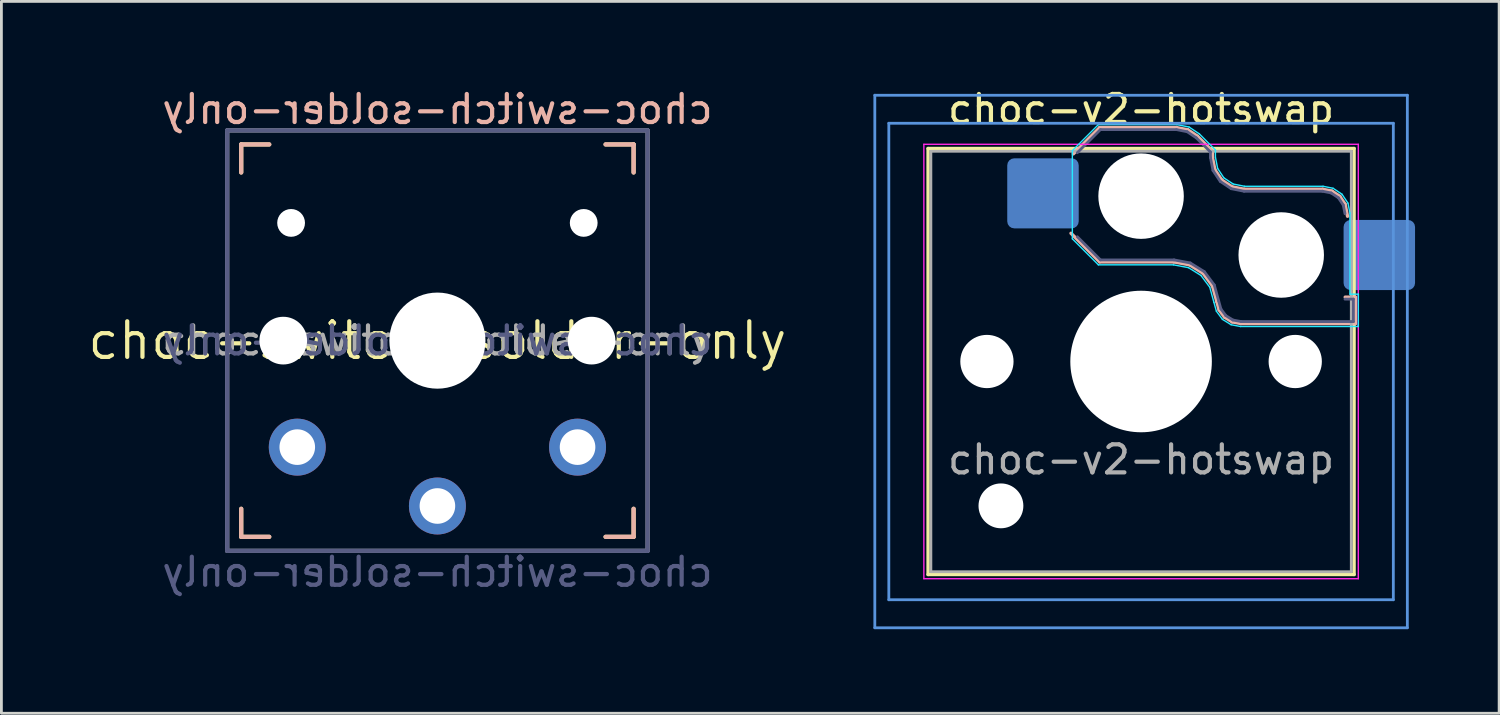
<source format=kicad_pcb>
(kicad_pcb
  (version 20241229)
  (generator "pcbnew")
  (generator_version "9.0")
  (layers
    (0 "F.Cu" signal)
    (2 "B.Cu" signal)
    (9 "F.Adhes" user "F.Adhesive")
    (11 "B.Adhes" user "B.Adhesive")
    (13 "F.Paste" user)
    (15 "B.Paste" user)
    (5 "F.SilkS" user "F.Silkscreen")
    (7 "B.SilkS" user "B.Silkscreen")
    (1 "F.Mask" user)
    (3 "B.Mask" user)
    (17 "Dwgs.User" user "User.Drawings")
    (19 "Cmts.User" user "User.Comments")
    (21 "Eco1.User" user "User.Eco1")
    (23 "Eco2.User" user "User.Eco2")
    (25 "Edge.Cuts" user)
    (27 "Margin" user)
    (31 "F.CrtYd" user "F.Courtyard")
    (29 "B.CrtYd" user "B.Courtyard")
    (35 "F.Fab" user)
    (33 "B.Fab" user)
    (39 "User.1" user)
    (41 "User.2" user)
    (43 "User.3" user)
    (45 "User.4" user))
  (footprint "choc-switch-solder-only"
    (layer "F.Cu")
    (at 12.556 9.103)
    (property "Reference" "choc-switch-solder-only" (at 0 0 0) (layer "F.SilkS") (effects (font (size 1.27 1.27) (thickness 0.15))))
    (property "Value" "choc-switch-solder-only" (at 0 8.255 0) (layer "F.Fab") (hide yes) (effects (font (size 1 1) (thickness 0.15))))
    (attr through_hole)
    (fp_line (start -7 -7) (end -6 -7) (stroke (width 0.15) (type solid)) (layer "F.SilkS"))
    (fp_line (start -7 -6) (end -7 -7) (stroke (width 0.15) (type solid)) (layer "F.SilkS"))
    (fp_line (start -7 7) (end -7 6) (stroke (width 0.15) (type solid)) (layer "F.SilkS"))
    (fp_line (start -6 7) (end -7 7) (stroke (width 0.15) (type solid)) (layer "F.SilkS"))
    (fp_line (start 6 -7) (end 7 -7) (stroke (width 0.15) (type solid)) (layer "F.SilkS"))
    (fp_line (start 7 -7) (end 7 -6) (stroke (width 0.15) (type solid)) (layer "F.SilkS"))
    (fp_line (start 7 6) (end 7 7) (stroke (width 0.15) (type solid)) (layer "F.SilkS"))
    (fp_line (start 7 7) (end 6 7) (stroke (width 0.15) (type solid)) (layer "F.SilkS"))
    (fp_line (start -7 -7) (end -6 -7) (stroke (width 0.15) (type solid)) (layer "B.SilkS"))
    (fp_line (start -7 -6) (end -7 -7) (stroke (width 0.15) (type solid)) (layer "B.SilkS"))
    (fp_line (start -7 7) (end -7 6) (stroke (width 0.15) (type solid)) (layer "B.SilkS"))
    (fp_line (start -6 7) (end -7 7) (stroke (width 0.15) (type solid)) (layer "B.SilkS"))
    (fp_line (start 6 -7) (end 7 -7) (stroke (width 0.15) (type solid)) (layer "B.SilkS"))
    (fp_line (start 7 -7) (end 7 -6) (stroke (width 0.15) (type solid)) (layer "B.SilkS"))
    (fp_line (start 7 6) (end 7 7) (stroke (width 0.15) (type solid)) (layer "B.SilkS"))
    (fp_line (start 7 7) (end 6 7) (stroke (width 0.15) (type solid)) (layer "B.SilkS"))
    (fp_line (start -6.9 6.9) (end -6.9 -6.9) (stroke (width 0.15) (type solid)) (layer "Eco2.User"))
    (fp_line (start -6.9 6.9) (end 6.9 6.9) (stroke (width 0.15) (type solid)) (layer "Eco2.User"))
    (fp_line (start -2.6 -3.1) (end -2.6 -6.3) (stroke (width 0.15) (type solid)) (layer "Eco2.User"))
    (fp_line (start -2.6 -3.1) (end 2.6 -3.1) (stroke (width 0.15) (type solid)) (layer "Eco2.User"))
    (fp_line (start 2.6 -6.3) (end -2.6 -6.3) (stroke (width 0.15) (type solid)) (layer "Eco2.User"))
    (fp_line (start 2.6 -3.1) (end 2.6 -6.3) (stroke (width 0.15) (type solid)) (layer "Eco2.User"))
    (fp_line (start 6.9 -6.9) (end -6.9 -6.9) (stroke (width 0.15) (type solid)) (layer "Eco2.User"))
    (fp_line (start 6.9 -6.9) (end 6.9 6.9) (stroke (width 0.15) (type solid)) (layer "Eco2.User"))
    (fp_line (start -7.5 -7.5) (end 7.5 -7.5) (stroke (width 0.15) (type solid)) (layer "B.Fab"))
    (fp_line (start -7.5 7.5) (end -7.5 -7.5) (stroke (width 0.15) (type solid)) (layer "B.Fab"))
    (fp_line (start 7.5 -7.5) (end 7.5 7.5) (stroke (width 0.15) (type solid)) (layer "B.Fab"))
    (fp_line (start 7.5 7.5) (end -7.5 7.5) (stroke (width 0.15) (type solid)) (layer "B.Fab"))
    (fp_line (start -7.5 -7.5) (end 7.5 -7.5) (stroke (width 0.15) (type solid)) (layer "F.Fab"))
    (fp_line (start -7.5 7.5) (end -7.5 -7.5) (stroke (width 0.15) (type solid)) (layer "F.Fab"))
    (fp_line (start 7.5 -7.5) (end 7.5 7.5) (stroke (width 0.15) (type solid)) (layer "F.Fab"))
    (fp_line (start 7.5 7.5) (end -7.5 7.5) (stroke (width 0.15) (type solid)) (layer "F.Fab"))
    (fp_text user "${REFERENCE}" (at 0 -8.255 0) (layer "B.SilkS") (effects (font (size 1 1) (thickness 0.15)) (justify mirror)))
    (fp_text user "${REFERENCE}" (at 0 0 0) (layer "B.Fab") (effects (font (size 1 1) (thickness 0.15)) (justify mirror)))
    (fp_text user "${VALUE}" (at 0 8.255 0) (layer "B.Fab") (effects (font (size 1 1) (thickness 0.15)) (justify mirror)))
    (fp_text user "${REFERENCE}" (at 0 0 0) (layer "F.Fab") (effects (font (size 1 1) (thickness 0.15))))
    (pad "" np_thru_hole circle (at -5.5 0) (size 1.702 1.702) (drill 1.702) (layers "*.Cu" "*.Mask"))
    (pad "" np_thru_hole circle (at -5.22 -4.2) (size 0.991 0.991) (drill 0.991) (layers "*.Cu" "*.Mask"))
    (pad "" np_thru_hole circle (at 0 0) (size 3.429 3.429) (drill 3.429) (layers "*.Cu" "*.Mask"))
    (pad "" np_thru_hole circle (at 5.22 -4.2) (size 0.991 0.991) (drill 0.991) (layers "*.Cu" "*.Mask"))
    (pad "" np_thru_hole circle (at 5.5 0) (size 1.702 1.702) (drill 1.702) (layers "*.Cu" "*.Mask"))
    (pad "1" thru_hole circle (at 0 5.9) (size 2.032 2.032) (drill 1.27) (layers "*.Cu" "*.Mask"))
    (pad "2" thru_hole circle (at -5 3.8) (size 2.032 2.032) (drill 1.27) (layers "*.Cu" "*.Mask"))
    (pad "2" thru_hole circle (at 5 3.8) (size 2.032 2.032) (drill 1.27) (layers "*.Cu" "*.Mask")))
  (footprint "choc-v2-hotswap"
    (layer "F.Cu")
    (at 37.662 9.848)
    (property "Reference" "choc-v2-hotswap" (at 0 -9 0) (layer "F.SilkS") (effects (font (size 1 1) (thickness 0.15))))
    (attr smd)
    (fp_line (start -7.6 -7.6) (end -7.6 7.6) (stroke (width 0.12) (type solid)) (layer "F.SilkS"))
    (fp_line (start -7.6 7.6) (end 7.6 7.6) (stroke (width 0.12) (type solid)) (layer "F.SilkS"))
    (fp_line (start 7.6 -7.6) (end -7.6 -7.6) (stroke (width 0.12) (type solid)) (layer "F.SilkS"))
    (fp_line (start 7.6 7.6) (end 7.6 -7.6) (stroke (width 0.12) (type solid)) (layer "F.SilkS"))
    (fp_line (start -2.416 -7.409) (end -1.479 -8.346) (stroke (width 0.12) (type solid)) (layer "B.SilkS"))
    (fp_line (start -1.479 -8.346) (end 1.268 -8.346) (stroke (width 0.12) (type solid)) (layer "B.SilkS"))
    (fp_line (start -1.479 -3.554) (end -2.5 -4.575) (stroke (width 0.12) (type solid)) (layer "B.SilkS"))
    (fp_line (start 1.168 -3.554) (end -1.479 -3.554) (stroke (width 0.12) (type solid)) (layer "B.SilkS"))
    (fp_line (start 1.268 -8.346) (end 1.671 -8.266) (stroke (width 0.12) (type solid)) (layer "B.SilkS"))
    (fp_line (start 1.671 -8.266) (end 2.013 -8.037) (stroke (width 0.12) (type solid)) (layer "B.SilkS"))
    (fp_line (start 1.73 -3.449) (end 1.168 -3.554) (stroke (width 0.12) (type solid)) (layer "B.SilkS"))
    (fp_line (start 2.013 -8.037) (end 2.546 -7.504) (stroke (width 0.12) (type solid)) (layer "B.SilkS"))
    (fp_line (start 2.209 -3.15) (end 1.73 -3.449) (stroke (width 0.12) (type solid)) (layer "B.SilkS"))
    (fp_line (start 2.546 -7.504) (end 2.546 -7.282) (stroke (width 0.12) (type solid)) (layer "B.SilkS"))
    (fp_line (start 2.546 -7.282) (end 2.633 -6.844) (stroke (width 0.12) (type solid)) (layer "B.SilkS"))
    (fp_line (start 2.547 -2.697) (end 2.209 -3.15) (stroke (width 0.12) (type solid)) (layer "B.SilkS"))
    (fp_line (start 2.633 -6.844) (end 2.877 -6.477) (stroke (width 0.12) (type solid)) (layer "B.SilkS"))
    (fp_line (start 2.701 -2.139) (end 2.547 -2.697) (stroke (width 0.12) (type solid)) (layer "B.SilkS"))
    (fp_line (start 2.783 -1.841) (end 2.701 -2.139) (stroke (width 0.12) (type solid)) (layer "B.SilkS"))
    (fp_line (start 2.877 -6.477) (end 3.244 -6.233) (stroke (width 0.12) (type solid)) (layer "B.SilkS"))
    (fp_line (start 2.976 -1.583) (end 2.783 -1.841) (stroke (width 0.12) (type solid)) (layer "B.SilkS"))
    (fp_line (start 3.244 -6.233) (end 3.682 -6.146) (stroke (width 0.12) (type solid)) (layer "B.SilkS"))
    (fp_line (start 3.25 -1.413) (end 2.976 -1.583) (stroke (width 0.12) (type solid)) (layer "B.SilkS"))
    (fp_line (start 3.56 -1.354) (end 3.25 -1.413) (stroke (width 0.12) (type solid)) (layer "B.SilkS"))
    (fp_line (start 3.682 -6.146) (end 6.482 -6.146) (stroke (width 0.12) (type solid)) (layer "B.SilkS"))
    (fp_line (start 6.482 -6.146) (end 6.809 -6.081) (stroke (width 0.12) (type solid)) (layer "B.SilkS"))
    (fp_line (start 6.809 -6.081) (end 7.092 -5.892) (stroke (width 0.12) (type solid)) (layer "B.SilkS"))
    (fp_line (start 7.092 -5.892) (end 7.281 -5.609) (stroke (width 0.12) (type solid)) (layer "B.SilkS"))
    (fp_line (start 7.281 -5.609) (end 7.366 -5.182) (stroke (width 0.12) (type solid)) (layer "B.SilkS"))
    (fp_line (start 7.283 -2.296) (end 7.646 -2.296) (stroke (width 0.12) (type solid)) (layer "B.SilkS"))
    (fp_line (start 7.646 -2.296) (end 7.646 -1.354) (stroke (width 0.12) (type solid)) (layer "B.SilkS"))
    (fp_line (start 7.646 -1.354) (end 3.56 -1.354) (stroke (width 0.12) (type solid)) (layer "B.SilkS"))
    (fp_line (start -9.5 -9.5) (end 9.5 -9.5) (stroke (width 0.1) (type solid)) (layer "Cmts.User"))
    (fp_line (start -9.5 9.5) (end -9.5 -9.5) (stroke (width 0.1) (type solid)) (layer "Cmts.User"))
    (fp_line (start -9 -8.5) (end -9 8.5) (stroke (width 0.1) (type solid)) (layer "Cmts.User"))
    (fp_line (start -9 8.5) (end 9 8.5) (stroke (width 0.1) (type solid)) (layer "Cmts.User"))
    (fp_line (start 9 -8.5) (end -9 -8.5) (stroke (width 0.1) (type solid)) (layer "Cmts.User"))
    (fp_line (start 9 8.5) (end 9 -8.5) (stroke (width 0.1) (type solid)) (layer "Cmts.User"))
    (fp_line (start 9.5 -9.5) (end 9.5 9.5) (stroke (width 0.1) (type solid)) (layer "Cmts.User"))
    (fp_line (start 9.5 9.5) (end -9.5 9.5) (stroke (width 0.1) (type solid)) (layer "Cmts.User"))
    (fp_line (start -7.25 -7.25) (end -7.25 7.25) (stroke (width 0.1) (type solid)) (layer "Eco1.User"))
    (fp_line (start -7.25 7.25) (end 7.25 7.25) (stroke (width 0.1) (type solid)) (layer "Eco1.User"))
    (fp_line (start 7.25 -7.25) (end -7.25 -7.25) (stroke (width 0.1) (type solid)) (layer "Eco1.User"))
    (fp_line (start 7.25 7.25) (end 7.25 -7.25) (stroke (width 0.1) (type solid)) (layer "Eco1.User"))
    (fp_line (start -2.452 -7.523) (end -1.523 -8.452) (stroke (width 0.05) (type solid)) (layer "B.CrtYd"))
    (fp_line (start -2.452 -4.377) (end -2.452 -7.523) (stroke (width 0.05) (type solid)) (layer "B.CrtYd"))
    (fp_line (start -1.523 -8.452) (end 1.278 -8.452) (stroke (width 0.05) (type solid)) (layer "B.CrtYd"))
    (fp_line (start -1.523 -3.448) (end -2.452 -4.377) (stroke (width 0.05) (type solid)) (layer "B.CrtYd"))
    (fp_line (start 1.159 -3.448) (end -1.523 -3.448) (stroke (width 0.05) (type solid)) (layer "B.CrtYd"))
    (fp_line (start 1.278 -8.452) (end 1.712 -8.366) (stroke (width 0.05) (type solid)) (layer "B.CrtYd"))
    (fp_line (start 1.691 -3.348) (end 1.159 -3.448) (stroke (width 0.05) (type solid)) (layer "B.CrtYd"))
    (fp_line (start 1.712 -8.366) (end 2.081 -8.119) (stroke (width 0.05) (type solid)) (layer "B.CrtYd"))
    (fp_line (start 2.081 -8.119) (end 2.652 -7.548) (stroke (width 0.05) (type solid)) (layer "B.CrtYd"))
    (fp_line (start 2.136 -3.071) (end 1.691 -3.348) (stroke (width 0.05) (type solid)) (layer "B.CrtYd"))
    (fp_line (start 2.45 -2.65) (end 2.136 -3.071) (stroke (width 0.05) (type solid)) (layer "B.CrtYd"))
    (fp_line (start 2.599 -2.111) (end 2.45 -2.65) (stroke (width 0.05) (type solid)) (layer "B.CrtYd"))
    (fp_line (start 2.652 -7.548) (end 2.652 -7.292) (stroke (width 0.05) (type solid)) (layer "B.CrtYd"))
    (fp_line (start 2.652 -7.292) (end 2.733 -6.885) (stroke (width 0.05) (type solid)) (layer "B.CrtYd"))
    (fp_line (start 2.687 -1.794) (end 2.599 -2.111) (stroke (width 0.05) (type solid)) (layer "B.CrtYd"))
    (fp_line (start 2.733 -6.885) (end 2.953 -6.553) (stroke (width 0.05) (type solid)) (layer "B.CrtYd"))
    (fp_line (start 2.903 -1.503) (end 2.687 -1.794) (stroke (width 0.05) (type solid)) (layer "B.CrtYd"))
    (fp_line (start 2.953 -6.553) (end 3.285 -6.333) (stroke (width 0.05) (type solid)) (layer "B.CrtYd"))
    (fp_line (start 3.211 -1.312) (end 2.903 -1.503) (stroke (width 0.05) (type solid)) (layer "B.CrtYd"))
    (fp_line (start 3.285 -6.333) (end 3.692 -6.252) (stroke (width 0.05) (type solid)) (layer "B.CrtYd"))
    (fp_line (start 3.55 -1.248) (end 3.211 -1.312) (stroke (width 0.05) (type solid)) (layer "B.CrtYd"))
    (fp_line (start 3.692 -6.252) (end 6.492 -6.252) (stroke (width 0.05) (type solid)) (layer "B.CrtYd"))
    (fp_line (start 6.492 -6.252) (end 6.85 -6.181) (stroke (width 0.05) (type solid)) (layer "B.CrtYd"))
    (fp_line (start 6.85 -6.181) (end 7.168 -5.968) (stroke (width 0.05) (type solid)) (layer "B.CrtYd"))
    (fp_line (start 7.168 -5.968) (end 7.381 -5.65) (stroke (width 0.05) (type solid)) (layer "B.CrtYd"))
    (fp_line (start 7.381 -5.65) (end 7.452 -5.292) (stroke (width 0.05) (type solid)) (layer "B.CrtYd"))
    (fp_line (start 7.452 -5.292) (end 7.452 -2.402) (stroke (width 0.05) (type solid)) (layer "B.CrtYd"))
    (fp_line (start 7.452 -2.402) (end 7.752 -2.402) (stroke (width 0.05) (type solid)) (layer "B.CrtYd"))
    (fp_line (start 7.752 -2.402) (end 7.752 -1.248) (stroke (width 0.05) (type solid)) (layer "B.CrtYd"))
    (fp_line (start 7.752 -1.248) (end 3.55 -1.248) (stroke (width 0.05) (type solid)) (layer "B.CrtYd"))
    (fp_line (start -7.75 -7.75) (end -7.75 7.75) (stroke (width 0.05) (type solid)) (layer "F.CrtYd"))
    (fp_line (start -7.75 7.75) (end 7.75 7.75) (stroke (width 0.05) (type solid)) (layer "F.CrtYd"))
    (fp_line (start 7.75 -7.75) (end -7.75 -7.75) (stroke (width 0.05) (type solid)) (layer "F.CrtYd"))
    (fp_line (start 7.75 7.75) (end 7.75 -7.75) (stroke (width 0.05) (type solid)) (layer "F.CrtYd"))
    (fp_line (start -2.275 -7.45) (end -1.45 -8.275) (stroke (width 0.1) (type solid)) (layer "B.Fab"))
    (fp_line (start -1.45 -8.275) (end 1.261 -8.275) (stroke (width 0.1) (type solid)) (layer "B.Fab"))
    (fp_line (start -1.45 -3.625) (end -2.275 -4.45) (stroke (width 0.1) (type solid)) (layer "B.Fab"))
    (fp_line (start 1.175 -3.625) (end -1.45 -3.625) (stroke (width 0.1) (type solid)) (layer "B.Fab"))
    (fp_line (start 1.261 -8.275) (end 1.643 -8.199) (stroke (width 0.1) (type solid)) (layer "B.Fab"))
    (fp_line (start 1.643 -8.199) (end 1.968 -7.982) (stroke (width 0.1) (type solid)) (layer "B.Fab"))
    (fp_line (start 1.756 -3.516) (end 1.175 -3.625) (stroke (width 0.1) (type solid)) (layer "B.Fab"))
    (fp_line (start 1.968 -7.982) (end 2.475 -7.475) (stroke (width 0.1) (type solid)) (layer "B.Fab"))
    (fp_line (start 2.258 -3.203) (end 1.756 -3.516) (stroke (width 0.1) (type solid)) (layer "B.Fab"))
    (fp_line (start 2.475 -7.475) (end 2.475 -7.275) (stroke (width 0.1) (type solid)) (layer "B.Fab"))
    (fp_line (start 2.475 -7.275) (end 2.566 -6.816) (stroke (width 0.1) (type solid)) (layer "B.Fab"))
    (fp_line (start 2.566 -6.816) (end 2.826 -6.426) (stroke (width 0.1) (type solid)) (layer "B.Fab"))
    (fp_line (start 2.612 -2.729) (end 2.258 -3.203) (stroke (width 0.1) (type solid)) (layer "B.Fab"))
    (fp_line (start 2.769 -2.158) (end 2.612 -2.729) (stroke (width 0.1) (type solid)) (layer "B.Fab"))
    (fp_line (start 2.826 -6.426) (end 3.216 -6.166) (stroke (width 0.1) (type solid)) (layer "B.Fab"))
    (fp_line (start 2.848 -1.873) (end 2.769 -2.158) (stroke (width 0.1) (type solid)) (layer "B.Fab"))
    (fp_line (start 3.025 -1.636) (end 2.848 -1.873) (stroke (width 0.1) (type solid)) (layer "B.Fab"))
    (fp_line (start 3.216 -6.166) (end 3.675 -6.075) (stroke (width 0.1) (type solid)) (layer "B.Fab"))
    (fp_line (start 3.276 -1.48) (end 3.025 -1.636) (stroke (width 0.1) (type solid)) (layer "B.Fab"))
    (fp_line (start 3.567 -1.425) (end 3.276 -1.48) (stroke (width 0.1) (type solid)) (layer "B.Fab"))
    (fp_line (start 3.675 -6.075) (end 6.475 -6.075) (stroke (width 0.1) (type solid)) (layer "B.Fab"))
    (fp_line (start 6.475 -6.075) (end 6.781 -6.014) (stroke (width 0.1) (type solid)) (layer "B.Fab"))
    (fp_line (start 6.781 -6.014) (end 7.041 -5.841) (stroke (width 0.1) (type solid)) (layer "B.Fab"))
    (fp_line (start 7.041 -5.841) (end 7.214 -5.581) (stroke (width 0.1) (type solid)) (layer "B.Fab"))
    (fp_line (start 7.214 -5.581) (end 7.275 -5.275) (stroke (width 0.1) (type solid)) (layer "B.Fab"))
    (fp_line (start 7.275 -2.225) (end 7.575 -2.225) (stroke (width 0.1) (type solid)) (layer "B.Fab"))
    (fp_line (start 7.575 -2.225) (end 7.575 -1.425) (stroke (width 0.1) (type solid)) (layer "B.Fab"))
    (fp_line (start 7.575 -1.425) (end 3.567 -1.425) (stroke (width 0.1) (type solid)) (layer "B.Fab"))
    (fp_line (start -7.5 -7.5) (end -7.5 7.5) (stroke (width 0.1) (type solid)) (layer "F.Fab"))
    (fp_line (start -7.5 7.5) (end 7.5 7.5) (stroke (width 0.1) (type solid)) (layer "F.Fab"))
    (fp_line (start 7.5 -7.5) (end -7.5 -7.5) (stroke (width 0.1) (type solid)) (layer "F.Fab"))
    (fp_line (start 7.5 7.5) (end 7.5 -7.5) (stroke (width 0.1) (type solid)) (layer "F.Fab"))
    (fp_text user "${REFERENCE}" (at 0 3.5 0) (layer "F.Fab") (effects (font (size 1 1) (thickness 0.15))))
    (pad "" np_thru_hole circle (at -5.5 0) (size 1.9 1.9) (drill 1.9) (layers "*.Cu" "*.Mask"))
    (pad "" np_thru_hole circle (at -5 5.15) (size 1.6 1.6) (drill 1.6) (layers "*.Cu" "*.Mask"))
    (pad "" np_thru_hole circle (at 0 -5.9) (size 3.05 3.05) (drill 3.05) (layers "*.Cu" "*.Mask"))
    (pad "" np_thru_hole circle (at 0 0) (size 5.05 5.05) (drill 5.05) (layers "*.Cu" "*.Mask"))
    (pad "" np_thru_hole circle (at 5 -3.8) (size 3.05 3.05) (drill 3.05) (layers "*.Cu" "*.Mask"))
    (pad "" np_thru_hole circle (at 5.5 0) (size 1.9 1.9) (drill 1.9) (layers "*.Cu" "*.Mask"))
    (pad "1" smd roundrect (at -3.5 -6) (size 2.55 2.5) (layers "B.Cu" "B.Mask" "B.Paste") (roundrect_rratio 0.1))
    (pad "2" smd roundrect (at 8.5 -3.8) (size 2.55 2.5) (layers "B.Cu" "B.Mask" "B.Paste") (roundrect_rratio 0.1)))
  (gr_rect
    (start -3 -3)
    (end 50.437 22.398)
    (stroke (width 0.1) (type default))
    (fill no)
    (layer "Edge.Cuts")))
</source>
